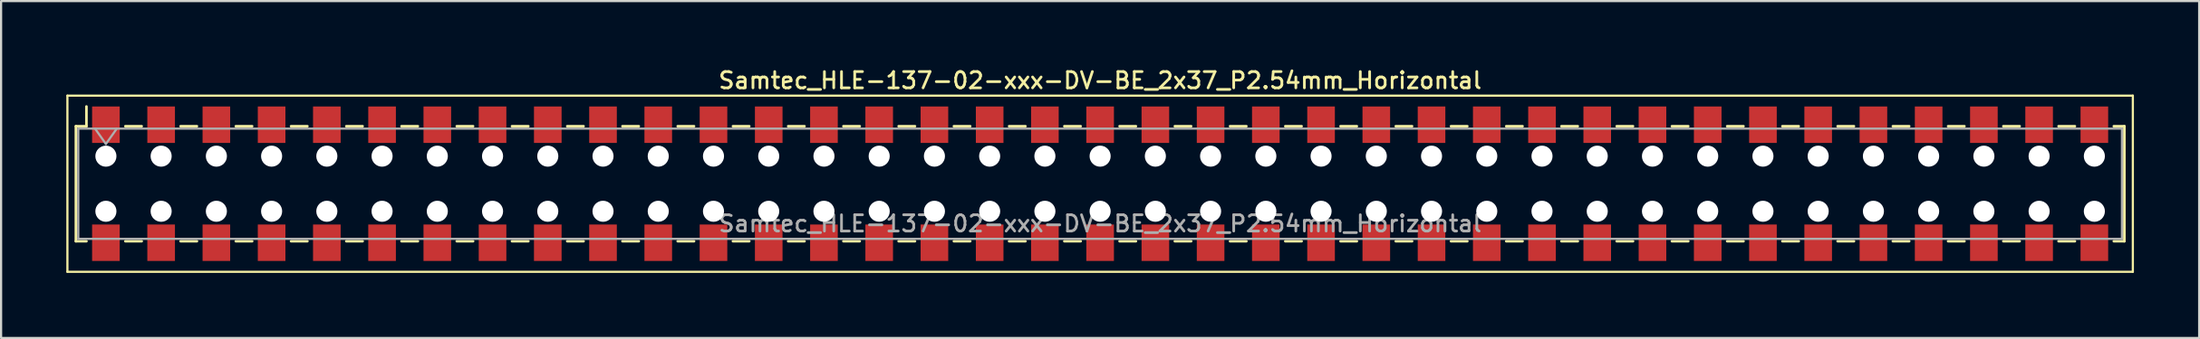
<source format=kicad_pcb>
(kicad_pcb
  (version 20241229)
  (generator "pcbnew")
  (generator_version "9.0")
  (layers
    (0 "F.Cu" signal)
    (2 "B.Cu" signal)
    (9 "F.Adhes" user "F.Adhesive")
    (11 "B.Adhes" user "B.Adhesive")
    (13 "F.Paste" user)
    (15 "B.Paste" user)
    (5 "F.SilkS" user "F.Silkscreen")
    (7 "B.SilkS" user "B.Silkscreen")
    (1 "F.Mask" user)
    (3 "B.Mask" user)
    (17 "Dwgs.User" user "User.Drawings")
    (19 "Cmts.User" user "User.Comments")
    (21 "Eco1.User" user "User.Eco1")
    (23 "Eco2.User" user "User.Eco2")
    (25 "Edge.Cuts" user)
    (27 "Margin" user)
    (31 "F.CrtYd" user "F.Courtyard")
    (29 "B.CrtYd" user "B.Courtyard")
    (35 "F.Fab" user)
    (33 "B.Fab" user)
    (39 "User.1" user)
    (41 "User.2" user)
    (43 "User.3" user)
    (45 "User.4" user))
  (footprint "Samtec_HLE-137-02-xxx-DV-BE_2x37_P2.54mm_Horizontal"
    (layer "F.Cu")
    (at 47.54 5.418)
    (property "Reference" "Samtec_HLE-137-02-xxx-DV-BE_2x37_P2.54mm_Horizontal" (at 0 -4.76 0) (layer "F.SilkS") (effects (font (size 0.75 0.75) (thickness 0.125))))
    (attr smd)
    (fp_line (start -47.49 -4.06) (end 47.49 -4.06) (stroke (width 0.1) (type solid)) (layer "F.SilkS"))
    (fp_line (start -47.49 4.06) (end -47.49 -4.06) (stroke (width 0.1) (type solid)) (layer "F.SilkS"))
    (fp_line (start -47.1 -2.65) (end -47.1 2.65) (stroke (width 0.12) (type solid)) (layer "F.SilkS"))
    (fp_line (start -47.1 2.65) (end -46.615 2.65) (stroke (width 0.12) (type solid)) (layer "F.SilkS"))
    (fp_line (start -46.615 -3.56) (end -46.615 -2.65) (stroke (width 0.12) (type solid)) (layer "F.SilkS"))
    (fp_line (start -46.615 -2.65) (end -47.1 -2.65) (stroke (width 0.12) (type solid)) (layer "F.SilkS"))
    (fp_line (start -44.825 -2.65) (end -44.075 -2.65) (stroke (width 0.12) (type solid)) (layer "F.SilkS"))
    (fp_line (start -44.825 2.65) (end -44.075 2.65) (stroke (width 0.12) (type solid)) (layer "F.SilkS"))
    (fp_line (start -42.285 -2.65) (end -41.535 -2.65) (stroke (width 0.12) (type solid)) (layer "F.SilkS"))
    (fp_line (start -42.285 2.65) (end -41.535 2.65) (stroke (width 0.12) (type solid)) (layer "F.SilkS"))
    (fp_line (start -39.745 -2.65) (end -38.995 -2.65) (stroke (width 0.12) (type solid)) (layer "F.SilkS"))
    (fp_line (start -39.745 2.65) (end -38.995 2.65) (stroke (width 0.12) (type solid)) (layer "F.SilkS"))
    (fp_line (start -37.205 -2.65) (end -36.455 -2.65) (stroke (width 0.12) (type solid)) (layer "F.SilkS"))
    (fp_line (start -37.205 2.65) (end -36.455 2.65) (stroke (width 0.12) (type solid)) (layer "F.SilkS"))
    (fp_line (start -34.665 -2.65) (end -33.915 -2.65) (stroke (width 0.12) (type solid)) (layer "F.SilkS"))
    (fp_line (start -34.665 2.65) (end -33.915 2.65) (stroke (width 0.12) (type solid)) (layer "F.SilkS"))
    (fp_line (start -32.125 -2.65) (end -31.375 -2.65) (stroke (width 0.12) (type solid)) (layer "F.SilkS"))
    (fp_line (start -32.125 2.65) (end -31.375 2.65) (stroke (width 0.12) (type solid)) (layer "F.SilkS"))
    (fp_line (start -29.585 -2.65) (end -28.835 -2.65) (stroke (width 0.12) (type solid)) (layer "F.SilkS"))
    (fp_line (start -29.585 2.65) (end -28.835 2.65) (stroke (width 0.12) (type solid)) (layer "F.SilkS"))
    (fp_line (start -27.045 -2.65) (end -26.295 -2.65) (stroke (width 0.12) (type solid)) (layer "F.SilkS"))
    (fp_line (start -27.045 2.65) (end -26.295 2.65) (stroke (width 0.12) (type solid)) (layer "F.SilkS"))
    (fp_line (start -24.505 -2.65) (end -23.755 -2.65) (stroke (width 0.12) (type solid)) (layer "F.SilkS"))
    (fp_line (start -24.505 2.65) (end -23.755 2.65) (stroke (width 0.12) (type solid)) (layer "F.SilkS"))
    (fp_line (start -21.965 -2.65) (end -21.215 -2.65) (stroke (width 0.12) (type solid)) (layer "F.SilkS"))
    (fp_line (start -21.965 2.65) (end -21.215 2.65) (stroke (width 0.12) (type solid)) (layer "F.SilkS"))
    (fp_line (start -19.425 -2.65) (end -18.675 -2.65) (stroke (width 0.12) (type solid)) (layer "F.SilkS"))
    (fp_line (start -19.425 2.65) (end -18.675 2.65) (stroke (width 0.12) (type solid)) (layer "F.SilkS"))
    (fp_line (start -16.885 -2.65) (end -16.135 -2.65) (stroke (width 0.12) (type solid)) (layer "F.SilkS"))
    (fp_line (start -16.885 2.65) (end -16.135 2.65) (stroke (width 0.12) (type solid)) (layer "F.SilkS"))
    (fp_line (start -14.345 -2.65) (end -13.595 -2.65) (stroke (width 0.12) (type solid)) (layer "F.SilkS"))
    (fp_line (start -14.345 2.65) (end -13.595 2.65) (stroke (width 0.12) (type solid)) (layer "F.SilkS"))
    (fp_line (start -11.805 -2.65) (end -11.055 -2.65) (stroke (width 0.12) (type solid)) (layer "F.SilkS"))
    (fp_line (start -11.805 2.65) (end -11.055 2.65) (stroke (width 0.12) (type solid)) (layer "F.SilkS"))
    (fp_line (start -9.265 -2.65) (end -8.515 -2.65) (stroke (width 0.12) (type solid)) (layer "F.SilkS"))
    (fp_line (start -9.265 2.65) (end -8.515 2.65) (stroke (width 0.12) (type solid)) (layer "F.SilkS"))
    (fp_line (start -6.725 -2.65) (end -5.975 -2.65) (stroke (width 0.12) (type solid)) (layer "F.SilkS"))
    (fp_line (start -6.725 2.65) (end -5.975 2.65) (stroke (width 0.12) (type solid)) (layer "F.SilkS"))
    (fp_line (start -4.185 -2.65) (end -3.435 -2.65) (stroke (width 0.12) (type solid)) (layer "F.SilkS"))
    (fp_line (start -4.185 2.65) (end -3.435 2.65) (stroke (width 0.12) (type solid)) (layer "F.SilkS"))
    (fp_line (start -1.645 -2.65) (end -0.895 -2.65) (stroke (width 0.12) (type solid)) (layer "F.SilkS"))
    (fp_line (start -1.645 2.65) (end -0.895 2.65) (stroke (width 0.12) (type solid)) (layer "F.SilkS"))
    (fp_line (start 0.895 -2.65) (end 1.645 -2.65) (stroke (width 0.12) (type solid)) (layer "F.SilkS"))
    (fp_line (start 0.895 2.65) (end 1.645 2.65) (stroke (width 0.12) (type solid)) (layer "F.SilkS"))
    (fp_line (start 3.435 -2.65) (end 4.185 -2.65) (stroke (width 0.12) (type solid)) (layer "F.SilkS"))
    (fp_line (start 3.435 2.65) (end 4.185 2.65) (stroke (width 0.12) (type solid)) (layer "F.SilkS"))
    (fp_line (start 5.975 -2.65) (end 6.725 -2.65) (stroke (width 0.12) (type solid)) (layer "F.SilkS"))
    (fp_line (start 5.975 2.65) (end 6.725 2.65) (stroke (width 0.12) (type solid)) (layer "F.SilkS"))
    (fp_line (start 8.515 -2.65) (end 9.265 -2.65) (stroke (width 0.12) (type solid)) (layer "F.SilkS"))
    (fp_line (start 8.515 2.65) (end 9.265 2.65) (stroke (width 0.12) (type solid)) (layer "F.SilkS"))
    (fp_line (start 11.055 -2.65) (end 11.805 -2.65) (stroke (width 0.12) (type solid)) (layer "F.SilkS"))
    (fp_line (start 11.055 2.65) (end 11.805 2.65) (stroke (width 0.12) (type solid)) (layer "F.SilkS"))
    (fp_line (start 13.595 -2.65) (end 14.345 -2.65) (stroke (width 0.12) (type solid)) (layer "F.SilkS"))
    (fp_line (start 13.595 2.65) (end 14.345 2.65) (stroke (width 0.12) (type solid)) (layer "F.SilkS"))
    (fp_line (start 16.135 -2.65) (end 16.885 -2.65) (stroke (width 0.12) (type solid)) (layer "F.SilkS"))
    (fp_line (start 16.135 2.65) (end 16.885 2.65) (stroke (width 0.12) (type solid)) (layer "F.SilkS"))
    (fp_line (start 18.675 -2.65) (end 19.425 -2.65) (stroke (width 0.12) (type solid)) (layer "F.SilkS"))
    (fp_line (start 18.675 2.65) (end 19.425 2.65) (stroke (width 0.12) (type solid)) (layer "F.SilkS"))
    (fp_line (start 21.215 -2.65) (end 21.965 -2.65) (stroke (width 0.12) (type solid)) (layer "F.SilkS"))
    (fp_line (start 21.215 2.65) (end 21.965 2.65) (stroke (width 0.12) (type solid)) (layer "F.SilkS"))
    (fp_line (start 23.755 -2.65) (end 24.505 -2.65) (stroke (width 0.12) (type solid)) (layer "F.SilkS"))
    (fp_line (start 23.755 2.65) (end 24.505 2.65) (stroke (width 0.12) (type solid)) (layer "F.SilkS"))
    (fp_line (start 26.295 -2.65) (end 27.045 -2.65) (stroke (width 0.12) (type solid)) (layer "F.SilkS"))
    (fp_line (start 26.295 2.65) (end 27.045 2.65) (stroke (width 0.12) (type solid)) (layer "F.SilkS"))
    (fp_line (start 28.835 -2.65) (end 29.585 -2.65) (stroke (width 0.12) (type solid)) (layer "F.SilkS"))
    (fp_line (start 28.835 2.65) (end 29.585 2.65) (stroke (width 0.12) (type solid)) (layer "F.SilkS"))
    (fp_line (start 31.375 -2.65) (end 32.125 -2.65) (stroke (width 0.12) (type solid)) (layer "F.SilkS"))
    (fp_line (start 31.375 2.65) (end 32.125 2.65) (stroke (width 0.12) (type solid)) (layer "F.SilkS"))
    (fp_line (start 33.915 -2.65) (end 34.665 -2.65) (stroke (width 0.12) (type solid)) (layer "F.SilkS"))
    (fp_line (start 33.915 2.65) (end 34.665 2.65) (stroke (width 0.12) (type solid)) (layer "F.SilkS"))
    (fp_line (start 36.455 -2.65) (end 37.205 -2.65) (stroke (width 0.12) (type solid)) (layer "F.SilkS"))
    (fp_line (start 36.455 2.65) (end 37.205 2.65) (stroke (width 0.12) (type solid)) (layer "F.SilkS"))
    (fp_line (start 38.995 -2.65) (end 39.745 -2.65) (stroke (width 0.12) (type solid)) (layer "F.SilkS"))
    (fp_line (start 38.995 2.65) (end 39.745 2.65) (stroke (width 0.12) (type solid)) (layer "F.SilkS"))
    (fp_line (start 41.535 -2.65) (end 42.285 -2.65) (stroke (width 0.12) (type solid)) (layer "F.SilkS"))
    (fp_line (start 41.535 2.65) (end 42.285 2.65) (stroke (width 0.12) (type solid)) (layer "F.SilkS"))
    (fp_line (start 44.075 -2.65) (end 44.825 -2.65) (stroke (width 0.12) (type solid)) (layer "F.SilkS"))
    (fp_line (start 44.075 2.65) (end 44.825 2.65) (stroke (width 0.12) (type solid)) (layer "F.SilkS"))
    (fp_line (start 46.615 -2.65) (end 47.1 -2.65) (stroke (width 0.12) (type solid)) (layer "F.SilkS"))
    (fp_line (start 47.1 -2.65) (end 47.1 2.65) (stroke (width 0.12) (type solid)) (layer "F.SilkS"))
    (fp_line (start 47.1 2.65) (end 46.615 2.65) (stroke (width 0.12) (type solid)) (layer "F.SilkS"))
    (fp_line (start 47.49 -4.06) (end 47.49 4.06) (stroke (width 0.1) (type solid)) (layer "F.SilkS"))
    (fp_line (start 47.49 4.06) (end -47.49 4.06) (stroke (width 0.1) (type solid)) (layer "F.SilkS"))
    (fp_line (start -46.99 -2.54) (end 46.99 -2.54) (stroke (width 0.1) (type solid)) (layer "F.Fab"))
    (fp_line (start -46.99 2.54) (end -46.99 -2.54) (stroke (width 0.1) (type solid)) (layer "F.Fab"))
    (fp_line (start -46.22 -2.54) (end -45.72 -1.833) (stroke (width 0.1) (type solid)) (layer "F.Fab"))
    (fp_line (start -45.72 -1.833) (end -45.22 -2.54) (stroke (width 0.1) (type solid)) (layer "F.Fab"))
    (fp_line (start 46.99 -2.54) (end 46.99 2.54) (stroke (width 0.1) (type solid)) (layer "F.Fab"))
    (fp_line (start 46.99 2.54) (end -46.99 2.54) (stroke (width 0.1) (type solid)) (layer "F.Fab"))
    (fp_text user "${REFERENCE}" (at 0 1.84 0) (layer "F.Fab") (effects (font (size 0.75 0.75) (thickness 0.125))))
    (pad "" np_thru_hole circle (at -45.72 -1.27) (size 0.97 0.97) (drill 0.97) (layers "*.Cu" "*.Mask"))
    (pad "" np_thru_hole circle (at -45.72 1.27) (size 0.97 0.97) (drill 0.97) (layers "*.Cu" "*.Mask"))
    (pad "" np_thru_hole circle (at -43.18 -1.27) (size 0.97 0.97) (drill 0.97) (layers "*.Cu" "*.Mask"))
    (pad "" np_thru_hole circle (at -43.18 1.27) (size 0.97 0.97) (drill 0.97) (layers "*.Cu" "*.Mask"))
    (pad "" np_thru_hole circle (at -40.64 -1.27) (size 0.97 0.97) (drill 0.97) (layers "*.Cu" "*.Mask"))
    (pad "" np_thru_hole circle (at -40.64 1.27) (size 0.97 0.97) (drill 0.97) (layers "*.Cu" "*.Mask"))
    (pad "" np_thru_hole circle (at -38.1 -1.27) (size 0.97 0.97) (drill 0.97) (layers "*.Cu" "*.Mask"))
    (pad "" np_thru_hole circle (at -38.1 1.27) (size 0.97 0.97) (drill 0.97) (layers "*.Cu" "*.Mask"))
    (pad "" np_thru_hole circle (at -35.56 -1.27) (size 0.97 0.97) (drill 0.97) (layers "*.Cu" "*.Mask"))
    (pad "" np_thru_hole circle (at -35.56 1.27) (size 0.97 0.97) (drill 0.97) (layers "*.Cu" "*.Mask"))
    (pad "" np_thru_hole circle (at -33.02 -1.27) (size 0.97 0.97) (drill 0.97) (layers "*.Cu" "*.Mask"))
    (pad "" np_thru_hole circle (at -33.02 1.27) (size 0.97 0.97) (drill 0.97) (layers "*.Cu" "*.Mask"))
    (pad "" np_thru_hole circle (at -30.48 -1.27) (size 0.97 0.97) (drill 0.97) (layers "*.Cu" "*.Mask"))
    (pad "" np_thru_hole circle (at -30.48 1.27) (size 0.97 0.97) (drill 0.97) (layers "*.Cu" "*.Mask"))
    (pad "" np_thru_hole circle (at -27.94 -1.27) (size 0.97 0.97) (drill 0.97) (layers "*.Cu" "*.Mask"))
    (pad "" np_thru_hole circle (at -27.94 1.27) (size 0.97 0.97) (drill 0.97) (layers "*.Cu" "*.Mask"))
    (pad "" np_thru_hole circle (at -25.4 -1.27) (size 0.97 0.97) (drill 0.97) (layers "*.Cu" "*.Mask"))
    (pad "" np_thru_hole circle (at -25.4 1.27) (size 0.97 0.97) (drill 0.97) (layers "*.Cu" "*.Mask"))
    (pad "" np_thru_hole circle (at -22.86 -1.27) (size 0.97 0.97) (drill 0.97) (layers "*.Cu" "*.Mask"))
    (pad "" np_thru_hole circle (at -22.86 1.27) (size 0.97 0.97) (drill 0.97) (layers "*.Cu" "*.Mask"))
    (pad "" np_thru_hole circle (at -20.32 -1.27) (size 0.97 0.97) (drill 0.97) (layers "*.Cu" "*.Mask"))
    (pad "" np_thru_hole circle (at -20.32 1.27) (size 0.97 0.97) (drill 0.97) (layers "*.Cu" "*.Mask"))
    (pad "" np_thru_hole circle (at -17.78 -1.27) (size 0.97 0.97) (drill 0.97) (layers "*.Cu" "*.Mask"))
    (pad "" np_thru_hole circle (at -17.78 1.27) (size 0.97 0.97) (drill 0.97) (layers "*.Cu" "*.Mask"))
    (pad "" np_thru_hole circle (at -15.24 -1.27) (size 0.97 0.97) (drill 0.97) (layers "*.Cu" "*.Mask"))
    (pad "" np_thru_hole circle (at -15.24 1.27) (size 0.97 0.97) (drill 0.97) (layers "*.Cu" "*.Mask"))
    (pad "" np_thru_hole circle (at -12.7 -1.27) (size 0.97 0.97) (drill 0.97) (layers "*.Cu" "*.Mask"))
    (pad "" np_thru_hole circle (at -12.7 1.27) (size 0.97 0.97) (drill 0.97) (layers "*.Cu" "*.Mask"))
    (pad "" np_thru_hole circle (at -10.16 -1.27) (size 0.97 0.97) (drill 0.97) (layers "*.Cu" "*.Mask"))
    (pad "" np_thru_hole circle (at -10.16 1.27) (size 0.97 0.97) (drill 0.97) (layers "*.Cu" "*.Mask"))
    (pad "" np_thru_hole circle (at -7.62 -1.27) (size 0.97 0.97) (drill 0.97) (layers "*.Cu" "*.Mask"))
    (pad "" np_thru_hole circle (at -7.62 1.27) (size 0.97 0.97) (drill 0.97) (layers "*.Cu" "*.Mask"))
    (pad "" np_thru_hole circle (at -5.08 -1.27) (size 0.97 0.97) (drill 0.97) (layers "*.Cu" "*.Mask"))
    (pad "" np_thru_hole circle (at -5.08 1.27) (size 0.97 0.97) (drill 0.97) (layers "*.Cu" "*.Mask"))
    (pad "" np_thru_hole circle (at -2.54 -1.27) (size 0.97 0.97) (drill 0.97) (layers "*.Cu" "*.Mask"))
    (pad "" np_thru_hole circle (at -2.54 1.27) (size 0.97 0.97) (drill 0.97) (layers "*.Cu" "*.Mask"))
    (pad "" np_thru_hole circle (at 0 -1.27) (size 0.97 0.97) (drill 0.97) (layers "*.Cu" "*.Mask"))
    (pad "" np_thru_hole circle (at 0 1.27) (size 0.97 0.97) (drill 0.97) (layers "*.Cu" "*.Mask"))
    (pad "" np_thru_hole circle (at 2.54 -1.27) (size 0.97 0.97) (drill 0.97) (layers "*.Cu" "*.Mask"))
    (pad "" np_thru_hole circle (at 2.54 1.27) (size 0.97 0.97) (drill 0.97) (layers "*.Cu" "*.Mask"))
    (pad "" np_thru_hole circle (at 5.08 -1.27) (size 0.97 0.97) (drill 0.97) (layers "*.Cu" "*.Mask"))
    (pad "" np_thru_hole circle (at 5.08 1.27) (size 0.97 0.97) (drill 0.97) (layers "*.Cu" "*.Mask"))
    (pad "" np_thru_hole circle (at 7.62 -1.27) (size 0.97 0.97) (drill 0.97) (layers "*.Cu" "*.Mask"))
    (pad "" np_thru_hole circle (at 7.62 1.27) (size 0.97 0.97) (drill 0.97) (layers "*.Cu" "*.Mask"))
    (pad "" np_thru_hole circle (at 10.16 -1.27) (size 0.97 0.97) (drill 0.97) (layers "*.Cu" "*.Mask"))
    (pad "" np_thru_hole circle (at 10.16 1.27) (size 0.97 0.97) (drill 0.97) (layers "*.Cu" "*.Mask"))
    (pad "" np_thru_hole circle (at 12.7 -1.27) (size 0.97 0.97) (drill 0.97) (layers "*.Cu" "*.Mask"))
    (pad "" np_thru_hole circle (at 12.7 1.27) (size 0.97 0.97) (drill 0.97) (layers "*.Cu" "*.Mask"))
    (pad "" np_thru_hole circle (at 15.24 -1.27) (size 0.97 0.97) (drill 0.97) (layers "*.Cu" "*.Mask"))
    (pad "" np_thru_hole circle (at 15.24 1.27) (size 0.97 0.97) (drill 0.97) (layers "*.Cu" "*.Mask"))
    (pad "" np_thru_hole circle (at 17.78 -1.27) (size 0.97 0.97) (drill 0.97) (layers "*.Cu" "*.Mask"))
    (pad "" np_thru_hole circle (at 17.78 1.27) (size 0.97 0.97) (drill 0.97) (layers "*.Cu" "*.Mask"))
    (pad "" np_thru_hole circle (at 20.32 -1.27) (size 0.97 0.97) (drill 0.97) (layers "*.Cu" "*.Mask"))
    (pad "" np_thru_hole circle (at 20.32 1.27) (size 0.97 0.97) (drill 0.97) (layers "*.Cu" "*.Mask"))
    (pad "" np_thru_hole circle (at 22.86 -1.27) (size 0.97 0.97) (drill 0.97) (layers "*.Cu" "*.Mask"))
    (pad "" np_thru_hole circle (at 22.86 1.27) (size 0.97 0.97) (drill 0.97) (layers "*.Cu" "*.Mask"))
    (pad "" np_thru_hole circle (at 25.4 -1.27) (size 0.97 0.97) (drill 0.97) (layers "*.Cu" "*.Mask"))
    (pad "" np_thru_hole circle (at 25.4 1.27) (size 0.97 0.97) (drill 0.97) (layers "*.Cu" "*.Mask"))
    (pad "" np_thru_hole circle (at 27.94 -1.27) (size 0.97 0.97) (drill 0.97) (layers "*.Cu" "*.Mask"))
    (pad "" np_thru_hole circle (at 27.94 1.27) (size 0.97 0.97) (drill 0.97) (layers "*.Cu" "*.Mask"))
    (pad "" np_thru_hole circle (at 30.48 -1.27) (size 0.97 0.97) (drill 0.97) (layers "*.Cu" "*.Mask"))
    (pad "" np_thru_hole circle (at 30.48 1.27) (size 0.97 0.97) (drill 0.97) (layers "*.Cu" "*.Mask"))
    (pad "" np_thru_hole circle (at 33.02 -1.27) (size 0.97 0.97) (drill 0.97) (layers "*.Cu" "*.Mask"))
    (pad "" np_thru_hole circle (at 33.02 1.27) (size 0.97 0.97) (drill 0.97) (layers "*.Cu" "*.Mask"))
    (pad "" np_thru_hole circle (at 35.56 -1.27) (size 0.97 0.97) (drill 0.97) (layers "*.Cu" "*.Mask"))
    (pad "" np_thru_hole circle (at 35.56 1.27) (size 0.97 0.97) (drill 0.97) (layers "*.Cu" "*.Mask"))
    (pad "" np_thru_hole circle (at 38.1 -1.27) (size 0.97 0.97) (drill 0.97) (layers "*.Cu" "*.Mask"))
    (pad "" np_thru_hole circle (at 38.1 1.27) (size 0.97 0.97) (drill 0.97) (layers "*.Cu" "*.Mask"))
    (pad "" np_thru_hole circle (at 40.64 -1.27) (size 0.97 0.97) (drill 0.97) (layers "*.Cu" "*.Mask"))
    (pad "" np_thru_hole circle (at 40.64 1.27) (size 0.97 0.97) (drill 0.97) (layers "*.Cu" "*.Mask"))
    (pad "" np_thru_hole circle (at 43.18 -1.27) (size 0.97 0.97) (drill 0.97) (layers "*.Cu" "*.Mask"))
    (pad "" np_thru_hole circle (at 43.18 1.27) (size 0.97 0.97) (drill 0.97) (layers "*.Cu" "*.Mask"))
    (pad "" np_thru_hole circle (at 45.72 -1.27) (size 0.97 0.97) (drill 0.97) (layers "*.Cu" "*.Mask"))
    (pad "" np_thru_hole circle (at 45.72 1.27) (size 0.97 0.97) (drill 0.97) (layers "*.Cu" "*.Mask"))
    (pad "1" smd rect (at -45.72 -2.72) (size 1.27 1.68) (layers "F.Cu" "F.Mask" "F.Paste"))
    (pad "2" smd rect (at -45.72 2.72) (size 1.27 1.68) (layers "F.Cu" "F.Mask" "F.Paste"))
    (pad "3" smd rect (at -43.18 -2.72) (size 1.27 1.68) (layers "F.Cu" "F.Mask" "F.Paste"))
    (pad "4" smd rect (at -43.18 2.72) (size 1.27 1.68) (layers "F.Cu" "F.Mask" "F.Paste"))
    (pad "5" smd rect (at -40.64 -2.72) (size 1.27 1.68) (layers "F.Cu" "F.Mask" "F.Paste"))
    (pad "6" smd rect (at -40.64 2.72) (size 1.27 1.68) (layers "F.Cu" "F.Mask" "F.Paste"))
    (pad "7" smd rect (at -38.1 -2.72) (size 1.27 1.68) (layers "F.Cu" "F.Mask" "F.Paste"))
    (pad "8" smd rect (at -38.1 2.72) (size 1.27 1.68) (layers "F.Cu" "F.Mask" "F.Paste"))
    (pad "9" smd rect (at -35.56 -2.72) (size 1.27 1.68) (layers "F.Cu" "F.Mask" "F.Paste"))
    (pad "10" smd rect (at -35.56 2.72) (size 1.27 1.68) (layers "F.Cu" "F.Mask" "F.Paste"))
    (pad "11" smd rect (at -33.02 -2.72) (size 1.27 1.68) (layers "F.Cu" "F.Mask" "F.Paste"))
    (pad "12" smd rect (at -33.02 2.72) (size 1.27 1.68) (layers "F.Cu" "F.Mask" "F.Paste"))
    (pad "13" smd rect (at -30.48 -2.72) (size 1.27 1.68) (layers "F.Cu" "F.Mask" "F.Paste"))
    (pad "14" smd rect (at -30.48 2.72) (size 1.27 1.68) (layers "F.Cu" "F.Mask" "F.Paste"))
    (pad "15" smd rect (at -27.94 -2.72) (size 1.27 1.68) (layers "F.Cu" "F.Mask" "F.Paste"))
    (pad "16" smd rect (at -27.94 2.72) (size 1.27 1.68) (layers "F.Cu" "F.Mask" "F.Paste"))
    (pad "17" smd rect (at -25.4 -2.72) (size 1.27 1.68) (layers "F.Cu" "F.Mask" "F.Paste"))
    (pad "18" smd rect (at -25.4 2.72) (size 1.27 1.68) (layers "F.Cu" "F.Mask" "F.Paste"))
    (pad "19" smd rect (at -22.86 -2.72) (size 1.27 1.68) (layers "F.Cu" "F.Mask" "F.Paste"))
    (pad "20" smd rect (at -22.86 2.72) (size 1.27 1.68) (layers "F.Cu" "F.Mask" "F.Paste"))
    (pad "21" smd rect (at -20.32 -2.72) (size 1.27 1.68) (layers "F.Cu" "F.Mask" "F.Paste"))
    (pad "22" smd rect (at -20.32 2.72) (size 1.27 1.68) (layers "F.Cu" "F.Mask" "F.Paste"))
    (pad "23" smd rect (at -17.78 -2.72) (size 1.27 1.68) (layers "F.Cu" "F.Mask" "F.Paste"))
    (pad "24" smd rect (at -17.78 2.72) (size 1.27 1.68) (layers "F.Cu" "F.Mask" "F.Paste"))
    (pad "25" smd rect (at -15.24 -2.72) (size 1.27 1.68) (layers "F.Cu" "F.Mask" "F.Paste"))
    (pad "26" smd rect (at -15.24 2.72) (size 1.27 1.68) (layers "F.Cu" "F.Mask" "F.Paste"))
    (pad "27" smd rect (at -12.7 -2.72) (size 1.27 1.68) (layers "F.Cu" "F.Mask" "F.Paste"))
    (pad "28" smd rect (at -12.7 2.72) (size 1.27 1.68) (layers "F.Cu" "F.Mask" "F.Paste"))
    (pad "29" smd rect (at -10.16 -2.72) (size 1.27 1.68) (layers "F.Cu" "F.Mask" "F.Paste"))
    (pad "30" smd rect (at -10.16 2.72) (size 1.27 1.68) (layers "F.Cu" "F.Mask" "F.Paste"))
    (pad "31" smd rect (at -7.62 -2.72) (size 1.27 1.68) (layers "F.Cu" "F.Mask" "F.Paste"))
    (pad "32" smd rect (at -7.62 2.72) (size 1.27 1.68) (layers "F.Cu" "F.Mask" "F.Paste"))
    (pad "33" smd rect (at -5.08 -2.72) (size 1.27 1.68) (layers "F.Cu" "F.Mask" "F.Paste"))
    (pad "34" smd rect (at -5.08 2.72) (size 1.27 1.68) (layers "F.Cu" "F.Mask" "F.Paste"))
    (pad "35" smd rect (at -2.54 -2.72) (size 1.27 1.68) (layers "F.Cu" "F.Mask" "F.Paste"))
    (pad "36" smd rect (at -2.54 2.72) (size 1.27 1.68) (layers "F.Cu" "F.Mask" "F.Paste"))
    (pad "37" smd rect (at 0 -2.72) (size 1.27 1.68) (layers "F.Cu" "F.Mask" "F.Paste"))
    (pad "38" smd rect (at 0 2.72) (size 1.27 1.68) (layers "F.Cu" "F.Mask" "F.Paste"))
    (pad "39" smd rect (at 2.54 -2.72) (size 1.27 1.68) (layers "F.Cu" "F.Mask" "F.Paste"))
    (pad "40" smd rect (at 2.54 2.72) (size 1.27 1.68) (layers "F.Cu" "F.Mask" "F.Paste"))
    (pad "41" smd rect (at 5.08 -2.72) (size 1.27 1.68) (layers "F.Cu" "F.Mask" "F.Paste"))
    (pad "42" smd rect (at 5.08 2.72) (size 1.27 1.68) (layers "F.Cu" "F.Mask" "F.Paste"))
    (pad "43" smd rect (at 7.62 -2.72) (size 1.27 1.68) (layers "F.Cu" "F.Mask" "F.Paste"))
    (pad "44" smd rect (at 7.62 2.72) (size 1.27 1.68) (layers "F.Cu" "F.Mask" "F.Paste"))
    (pad "45" smd rect (at 10.16 -2.72) (size 1.27 1.68) (layers "F.Cu" "F.Mask" "F.Paste"))
    (pad "46" smd rect (at 10.16 2.72) (size 1.27 1.68) (layers "F.Cu" "F.Mask" "F.Paste"))
    (pad "47" smd rect (at 12.7 -2.72) (size 1.27 1.68) (layers "F.Cu" "F.Mask" "F.Paste"))
    (pad "48" smd rect (at 12.7 2.72) (size 1.27 1.68) (layers "F.Cu" "F.Mask" "F.Paste"))
    (pad "49" smd rect (at 15.24 -2.72) (size 1.27 1.68) (layers "F.Cu" "F.Mask" "F.Paste"))
    (pad "50" smd rect (at 15.24 2.72) (size 1.27 1.68) (layers "F.Cu" "F.Mask" "F.Paste"))
    (pad "51" smd rect (at 17.78 -2.72) (size 1.27 1.68) (layers "F.Cu" "F.Mask" "F.Paste"))
    (pad "52" smd rect (at 17.78 2.72) (size 1.27 1.68) (layers "F.Cu" "F.Mask" "F.Paste"))
    (pad "53" smd rect (at 20.32 -2.72) (size 1.27 1.68) (layers "F.Cu" "F.Mask" "F.Paste"))
    (pad "54" smd rect (at 20.32 2.72) (size 1.27 1.68) (layers "F.Cu" "F.Mask" "F.Paste"))
    (pad "55" smd rect (at 22.86 -2.72) (size 1.27 1.68) (layers "F.Cu" "F.Mask" "F.Paste"))
    (pad "56" smd rect (at 22.86 2.72) (size 1.27 1.68) (layers "F.Cu" "F.Mask" "F.Paste"))
    (pad "57" smd rect (at 25.4 -2.72) (size 1.27 1.68) (layers "F.Cu" "F.Mask" "F.Paste"))
    (pad "58" smd rect (at 25.4 2.72) (size 1.27 1.68) (layers "F.Cu" "F.Mask" "F.Paste"))
    (pad "59" smd rect (at 27.94 -2.72) (size 1.27 1.68) (layers "F.Cu" "F.Mask" "F.Paste"))
    (pad "60" smd rect (at 27.94 2.72) (size 1.27 1.68) (layers "F.Cu" "F.Mask" "F.Paste"))
    (pad "61" smd rect (at 30.48 -2.72) (size 1.27 1.68) (layers "F.Cu" "F.Mask" "F.Paste"))
    (pad "62" smd rect (at 30.48 2.72) (size 1.27 1.68) (layers "F.Cu" "F.Mask" "F.Paste"))
    (pad "63" smd rect (at 33.02 -2.72) (size 1.27 1.68) (layers "F.Cu" "F.Mask" "F.Paste"))
    (pad "64" smd rect (at 33.02 2.72) (size 1.27 1.68) (layers "F.Cu" "F.Mask" "F.Paste"))
    (pad "65" smd rect (at 35.56 -2.72) (size 1.27 1.68) (layers "F.Cu" "F.Mask" "F.Paste"))
    (pad "66" smd rect (at 35.56 2.72) (size 1.27 1.68) (layers "F.Cu" "F.Mask" "F.Paste"))
    (pad "67" smd rect (at 38.1 -2.72) (size 1.27 1.68) (layers "F.Cu" "F.Mask" "F.Paste"))
    (pad "68" smd rect (at 38.1 2.72) (size 1.27 1.68) (layers "F.Cu" "F.Mask" "F.Paste"))
    (pad "69" smd rect (at 40.64 -2.72) (size 1.27 1.68) (layers "F.Cu" "F.Mask" "F.Paste"))
    (pad "70" smd rect (at 40.64 2.72) (size 1.27 1.68) (layers "F.Cu" "F.Mask" "F.Paste"))
    (pad "71" smd rect (at 43.18 -2.72) (size 1.27 1.68) (layers "F.Cu" "F.Mask" "F.Paste"))
    (pad "72" smd rect (at 43.18 2.72) (size 1.27 1.68) (layers "F.Cu" "F.Mask" "F.Paste"))
    (pad "73" smd rect (at 45.72 -2.72) (size 1.27 1.68) (layers "F.Cu" "F.Mask" "F.Paste"))
    (pad "74" smd rect (at 45.72 2.72) (size 1.27 1.68) (layers "F.Cu" "F.Mask" "F.Paste")))
  (gr_rect
    (start -3 -3)
    (end 98.08 12.528)
    (stroke (width 0.1) (type default))
    (fill no)
    (layer "Edge.Cuts")))
</source>
